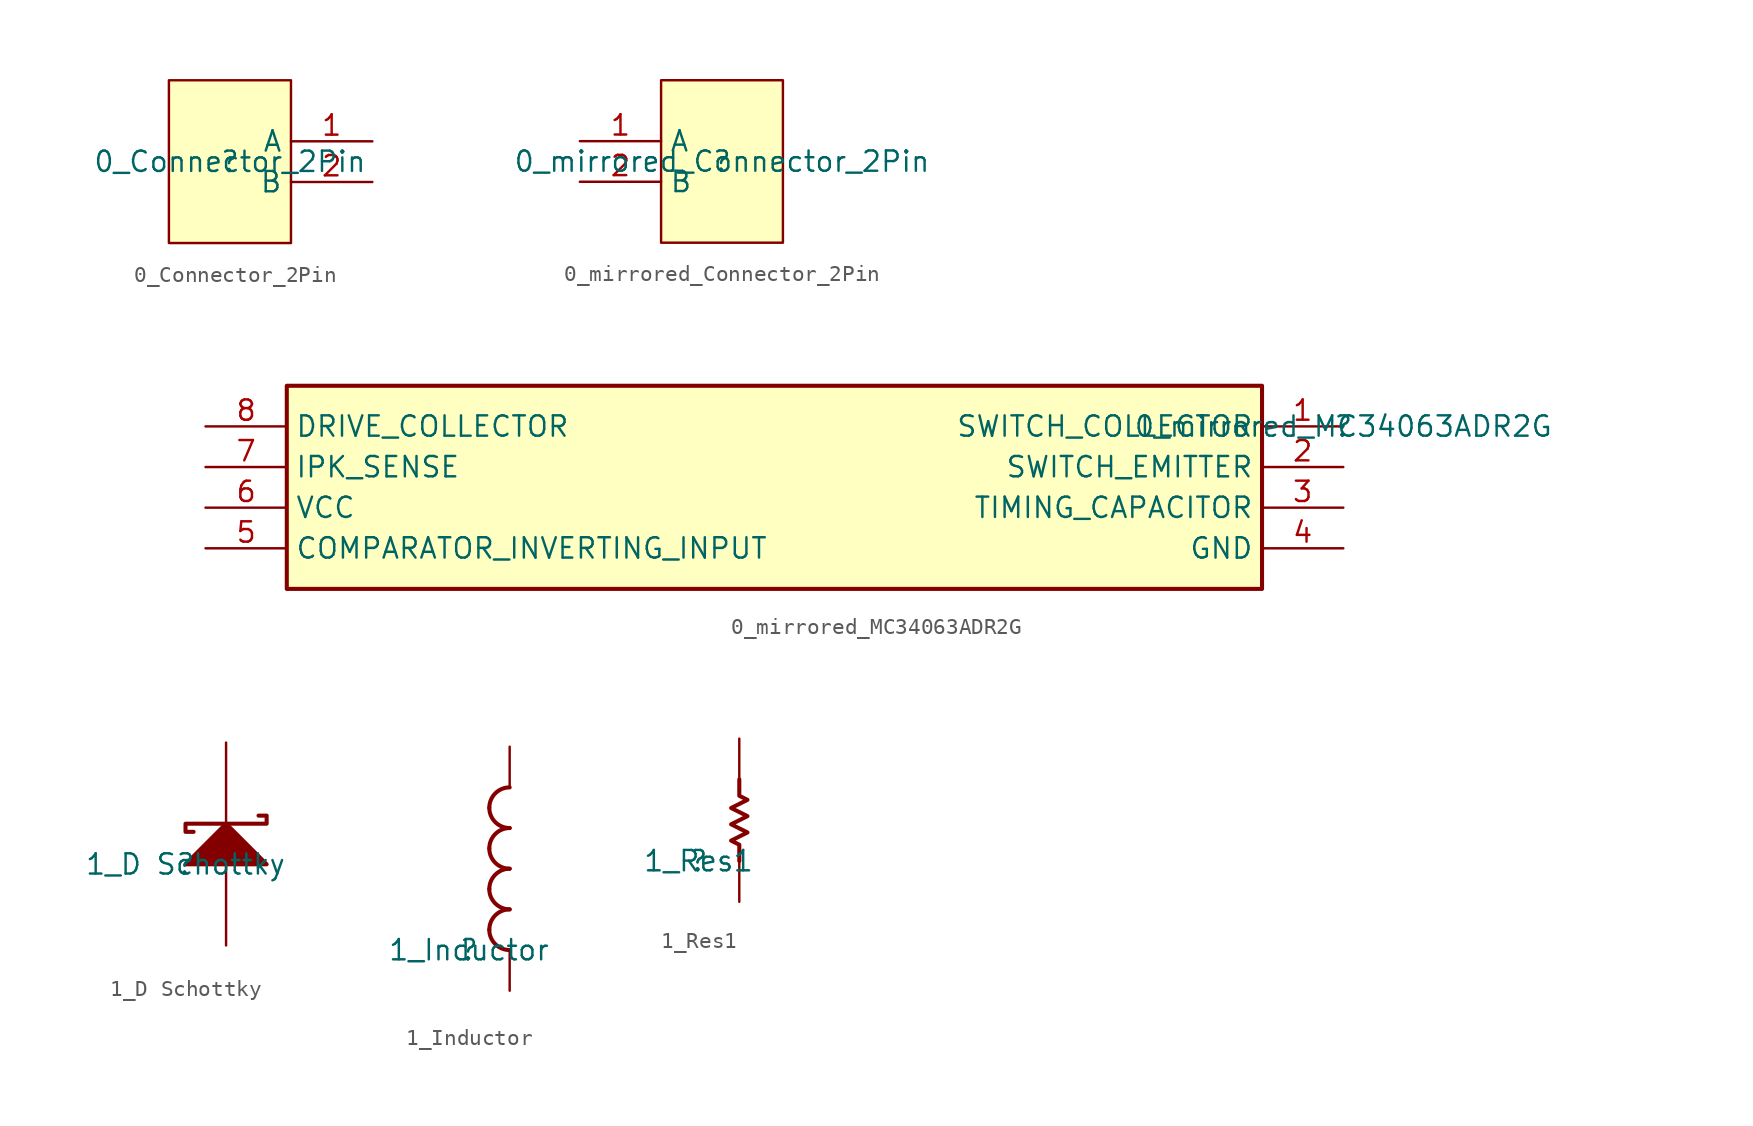
<source format=kicad_sym>
(kicad_symbol_lib
  (version 20211014)
  (generator kicad_symbol_editor)
  (symbol "0_Connector_2Pin"
    (property "Reference" ""
      (at 0 0 0)
      (effects (font (size 1.27 1.27))))
    (property "Value" "0_Connector_2Pin"
      (at 0 0 0)
      (effects (font (size 1.27 1.27))))
    (symbol "0_Connector_2Pin_1_0"
      (rectangle (start 3.81 5.08) (end -3.81 -5.08) (stroke (width 0) (type default) (color 0 0 0 0)) (fill (type background)))
      (pin passive line (at 8.89 1.27 180) (length 5.08) (name "A" (effects (font (size 1.27 1.27)))) (number "1" (effects (font (size 1.27 1.27)))))
      (pin passive line (at 8.89 -1.27 180) (length 5.08) (name "B" (effects (font (size 1.27 1.27)))) (number "2" (effects (font (size 1.27 1.27)))))))
  (symbol "0_mirrored_Connector_2Pin"
    (property "Reference" ""
      (at 0 0 0)
      (effects (font (size 1.27 1.27))))
    (property "Value" "0_mirrored_Connector_2Pin"
      (at 0 0 0)
      (effects (font (size 1.27 1.27))))
    (symbol "0_mirrored_Connector_2Pin_1_0"
      (rectangle (start 3.81 5.08) (end -3.81 -5.08) (stroke (width 0) (type default) (color 0 0 0 0)) (fill (type background)))
      (pin passive line (at -8.89 1.27 0) (length 5.08) (name "A" (effects (font (size 1.27 1.27)))) (number "1" (effects (font (size 1.27 1.27)))))
      (pin passive line (at -8.89 -1.27 0) (length 5.08) (name "B" (effects (font (size 1.27 1.27)))) (number "2" (effects (font (size 1.27 1.27)))))))
  (symbol "0_mirrored_MC34063ADR2G"
    (property "Reference" ""
      (at 0 0 0)
      (effects (font (size 1.27 1.27))))
    (property "Value" "0_mirrored_MC34063ADR2G"
      (at 0 0 0)
      (effects (font (size 1.27 1.27))))
    (symbol "0_mirrored_MC34063ADR2G_1_0"
      (rectangle (start -5.08 2.54) (end -66.04 -10.16) (stroke (width 0.254) (type default) (color 0 0 0 0)) (fill (type background)))
      (pin passive line (at 0 0 180) (length 5.08) (name "SWITCH_COLLECTOR" (effects (font (size 1.27 1.27)))) (number "1" (effects (font (size 1.27 1.27)))))
      (pin passive line (at 0 -2.54 180) (length 5.08) (name "SWITCH_EMITTER" (effects (font (size 1.27 1.27)))) (number "2" (effects (font (size 1.27 1.27)))))
      (pin passive line (at 0 -5.08 180) (length 5.08) (name "TIMING_CAPACITOR" (effects (font (size 1.27 1.27)))) (number "3" (effects (font (size 1.27 1.27)))))
      (pin passive line (at 0 -7.62 180) (length 5.08) (name "GND" (effects (font (size 1.27 1.27)))) (number "4" (effects (font (size 1.27 1.27)))))
      (pin passive line (at -71.12 -7.62 0) (length 5.08) (name "COMPARATOR_INVERTING_INPUT" (effects (font (size 1.27 1.27)))) (number "5" (effects (font (size 1.27 1.27)))))
      (pin passive line (at -71.12 -5.08 0) (length 5.08) (name "VCC" (effects (font (size 1.27 1.27)))) (number "6" (effects (font (size 1.27 1.27)))))
      (pin passive line (at -71.12 -2.54 0) (length 5.08) (name "IPK_SENSE" (effects (font (size 1.27 1.27)))) (number "7" (effects (font (size 1.27 1.27)))))
      (pin passive line (at -71.12 0 0) (length 5.08) (name "DRIVE_COLLECTOR" (effects (font (size 1.27 1.27)))) (number "8" (effects (font (size 1.27 1.27)))))))
  (symbol "1_D Schottky"
    (property "Reference" ""
      (at 0 0 0)
      (effects (font (size 1.27 1.27))))
    (property "Value" "1_D Schottky"
      (at 0 0 0)
      (effects (font (size 1.27 1.27))))
    (symbol "1_D Schottky_1_0"
      (polyline (pts (xy 5.08 0) (xy 2.54 2.54) (xy 0 0) (xy 5.08 0)) (stroke (width 0.254) (type default) (color 0 0 0 0)) (fill (type outline)))
      (polyline (pts (xy 4.572 3.048) (xy 5.08 3.048) (xy 5.08 2.54) (xy 0 2.54) (xy 0 2.032) (xy 0.508 2.032)) (stroke (width 0.254) (type default) (color 0 0 0 0)) (fill (type none)))
      (pin passive line (at 2.54 -5.08 90) (length 5.08) (name "A" (effects (font (size 0 0)))) (number "1" (effects (font (size 0 0)))))
      (pin passive line (at 2.54 7.62 270) (length 5.08) (name "K" (effects (font (size 0 0)))) (number "2" (effects (font (size 0 0)))))))
  (symbol "1_Inductor"
    (property "Reference" ""
      (at 0 0 0)
      (effects (font (size 1.27 1.27))))
    (property "Value" "1_Inductor"
      (at 0 0 0)
      (effects (font (size 1.27 1.27))))
    (symbol "1_Inductor_1_0"
      (arc (start 1.27 1.27) (mid 1.642 0.372) (end 2.54 0) (stroke (width 0.254) (type default) (color 0 0 0 0)) (fill (type none)))
      (arc (start 1.27 3.81) (mid 1.642 2.912) (end 2.54 2.54) (stroke (width 0.254) (type default) (color 0 0 0 0)) (fill (type none)))
      (arc (start 1.27 6.35) (mid 1.642 5.452) (end 2.54 5.08) (stroke (width 0.254) (type default) (color 0 0 0 0)) (fill (type none)))
      (arc (start 1.27 8.89) (mid 1.642 7.992) (end 2.54 7.62) (stroke (width 0.254) (type default) (color 0 0 0 0)) (fill (type none)))
      (arc (start 2.54 2.54) (mid 1.642 2.168) (end 1.27 1.27) (stroke (width 0.254) (type default) (color 0 0 0 0)) (fill (type none)))
      (arc (start 2.54 5.08) (mid 1.642 4.708) (end 1.27 3.81) (stroke (width 0.254) (type default) (color 0 0 0 0)) (fill (type none)))
      (arc (start 2.54 7.62) (mid 1.642 7.248) (end 1.27 6.35) (stroke (width 0.254) (type default) (color 0 0 0 0)) (fill (type none)))
      (arc (start 2.54 10.16) (mid 1.642 9.788) (end 1.27 8.89) (stroke (width 0.254) (type default) (color 0 0 0 0)) (fill (type none)))
      (pin passive line (at 2.54 -2.54 90) (length 2.54) (name "1" (effects (font (size 0 0)))) (number "1" (effects (font (size 0 0)))))
      (pin passive line (at 2.54 12.7 270) (length 2.54) (name "2" (effects (font (size 0 0)))) (number "2" (effects (font (size 0 0)))))))
  (symbol "1_Res1"
    (property "Reference" ""
      (at 0 0 0)
      (effects (font (size 1.27 1.27))))
    (property "Value" "1_Res1"
      (at 0 0 0)
      (effects (font (size 1.27 1.27))))
    (symbol "1_Res1_1_0"
      (polyline (pts (xy 2.54 5.08) (xy 2.54 4.064) (xy 3.048 3.81) (xy 2.032 3.302) (xy 3.048 2.794) (xy 2.032 2.286) (xy 3.048 1.778) (xy 2.032 1.27) (xy 2.54 1.016) (xy 2.54 0)) (stroke (width 0.254) (type default) (color 0 0 0 0)) (fill (type none)))
      (pin passive line (at 2.54 -2.54 90) (length 2.54) (name "1" (effects (font (size 0 0)))) (number "1" (effects (font (size 0 0)))))
      (pin passive line (at 2.54 7.62 270) (length 2.54) (name "2" (effects (font (size 0 0)))) (number "2" (effects (font (size 0 0))))))))
</source>
